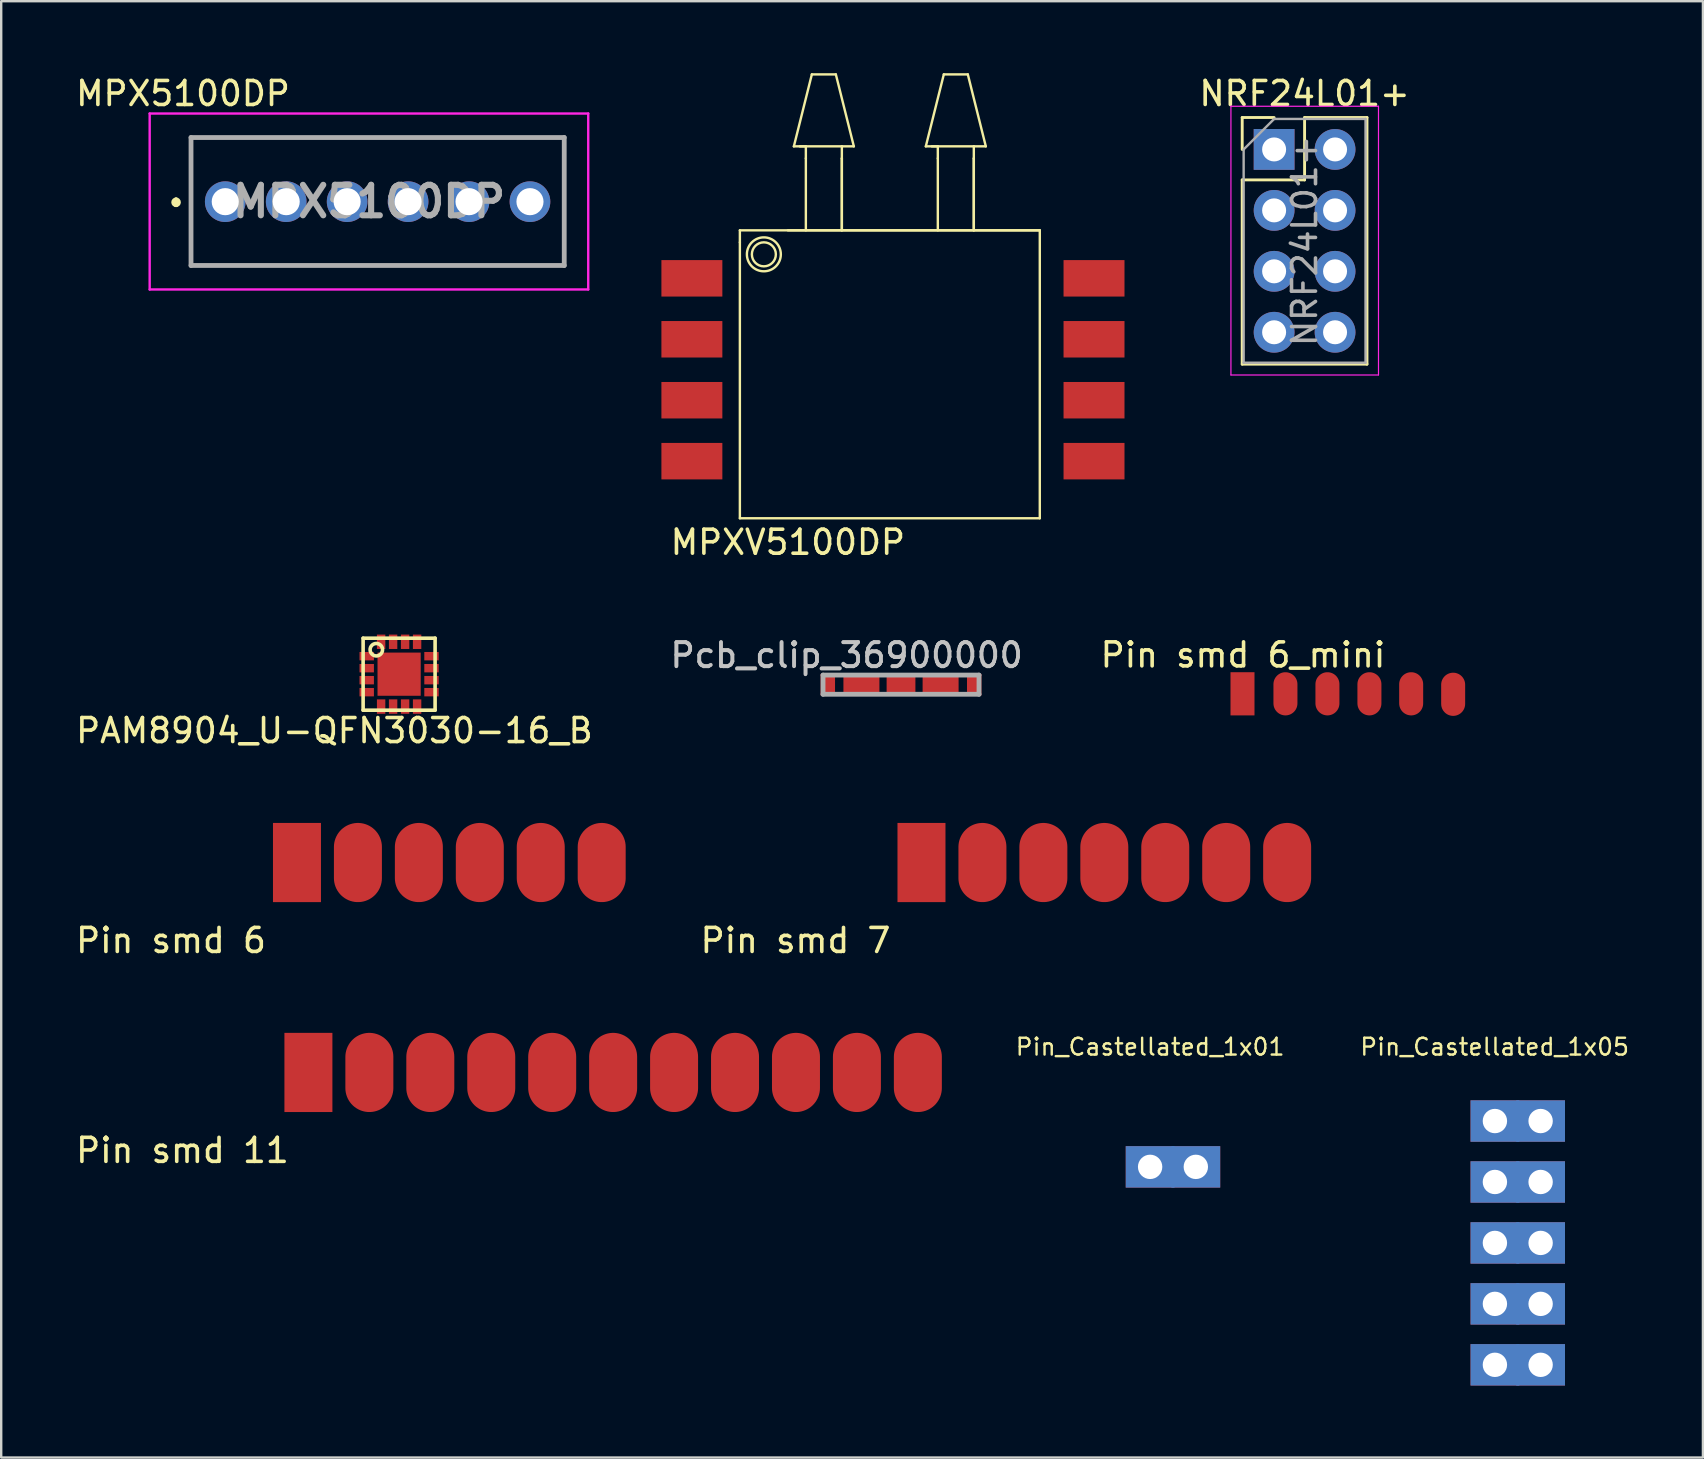
<source format=kicad_pcb>
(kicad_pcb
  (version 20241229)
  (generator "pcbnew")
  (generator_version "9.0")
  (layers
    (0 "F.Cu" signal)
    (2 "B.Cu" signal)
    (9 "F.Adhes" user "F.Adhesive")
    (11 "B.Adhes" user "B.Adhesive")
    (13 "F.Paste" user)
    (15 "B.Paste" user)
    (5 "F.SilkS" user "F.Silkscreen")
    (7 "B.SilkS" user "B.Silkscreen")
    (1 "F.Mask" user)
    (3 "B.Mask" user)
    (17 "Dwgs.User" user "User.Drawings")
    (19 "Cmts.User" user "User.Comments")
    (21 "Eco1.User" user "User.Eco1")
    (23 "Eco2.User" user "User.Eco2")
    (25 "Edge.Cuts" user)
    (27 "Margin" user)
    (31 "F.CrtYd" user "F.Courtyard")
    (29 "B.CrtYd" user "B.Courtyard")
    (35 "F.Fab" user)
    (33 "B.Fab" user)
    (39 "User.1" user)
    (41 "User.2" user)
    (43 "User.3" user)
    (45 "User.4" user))
  (footprint "MPX5100DP"
    (layer "F.Cu")
    (at 12.327 5.348)
    (property "Reference" "MPX5100DP" (at -7.75 -4.5 0) (layer "F.SilkS") (effects (font (size 1 1) (thickness 0.15))))
    (attr through_hole)
    (fp_line (start -8.039 -0.067) (end -8.039 -0.067) (stroke (width 0.2) (type solid)) (layer "F.SilkS"))
    (fp_line (start -8.039 0.133) (end -8.039 0.133) (stroke (width 0.2) (type solid)) (layer "F.SilkS"))
    (fp_line (start -7.416 -2.667) (end 8.139 -2.667) (stroke (width 0.1) (type solid)) (layer "F.SilkS"))
    (fp_line (start -7.416 2.667) (end -7.416 -2.667) (stroke (width 0.1) (type solid)) (layer "F.SilkS"))
    (fp_line (start 8.139 -2.667) (end 8.139 2.667) (stroke (width 0.1) (type solid)) (layer "F.SilkS"))
    (fp_line (start 8.139 2.667) (end -7.416 2.667) (stroke (width 0.1) (type solid)) (layer "F.SilkS"))
    (fp_arc (start -8.039 -0.067) (mid -7.939 0.033) (end -8.039 0.133) (stroke (width 0.2) (type solid)) (layer "F.SilkS"))
    (fp_arc (start -8.039 0.133) (mid -8.139 0.033) (end -8.039 -0.067) (stroke (width 0.2) (type solid)) (layer "F.SilkS"))
    (fp_line (start -9.139 -3.667) (end 9.139 -3.667) (stroke (width 0.1) (type solid)) (layer "F.CrtYd"))
    (fp_line (start -9.139 3.667) (end -9.139 -3.667) (stroke (width 0.1) (type solid)) (layer "F.CrtYd"))
    (fp_line (start 9.139 -3.667) (end 9.139 3.667) (stroke (width 0.1) (type solid)) (layer "F.CrtYd"))
    (fp_line (start 9.139 3.667) (end -9.139 3.667) (stroke (width 0.1) (type solid)) (layer "F.CrtYd"))
    (fp_line (start -7.416 -2.667) (end 8.139 -2.667) (stroke (width 0.2) (type solid)) (layer "F.Fab"))
    (fp_line (start -7.416 2.667) (end -7.416 -2.667) (stroke (width 0.2) (type solid)) (layer "F.Fab"))
    (fp_line (start 8.139 -2.667) (end 8.139 2.667) (stroke (width 0.2) (type solid)) (layer "F.Fab"))
    (fp_line (start 8.139 2.667) (end -7.416 2.667) (stroke (width 0.2) (type solid)) (layer "F.Fab"))
    (fp_text user "${REFERENCE}" (at 0 0 0) (layer "F.Fab") (effects (font (size 1.27 1.27) (thickness 0.254))))
    (pad "1" thru_hole circle (at -5.989 0.007) (size 1.695 1.695) (drill 1.13) (layers "*.Cu" "*.Mask"))
    (pad "2" thru_hole circle (at -3.449 0.007) (size 1.695 1.695) (drill 1.13) (layers "*.Cu" "*.Mask"))
    (pad "3" thru_hole circle (at -0.909 0.007) (size 1.695 1.695) (drill 1.13) (layers "*.Cu" "*.Mask"))
    (pad "4" thru_hole circle (at 1.631 0.007) (size 1.695 1.695) (drill 1.13) (layers "*.Cu" "*.Mask"))
    (pad "5" thru_hole circle (at 4.171 0.007) (size 1.695 1.695) (drill 1.13) (layers "*.Cu" "*.Mask"))
    (pad "6" thru_hole circle (at 6.711 0.007) (size 1.695 1.695) (drill 1.13) (layers "*.Cu" "*.Mask")))
  (footprint "Pcb_clip_36900000"
    (layer "F.Cu")
    (at 34.502 25.486)
    (property "Reference" "Pcb_clip_36900000" (at -2.27 -1.22 0) (layer "Dwgs.User") (effects (font (size 1 1) (thickness 0.15))))
    (attr smd)
    (fp_line (start -2.5 0.4) (end -2.6 0.4) (stroke (width 0.1) (type solid)) (layer "F.SilkS"))
    (fp_line (start 2.5 -0.4) (end 2.6 -0.4) (stroke (width 0.1) (type solid)) (layer "F.SilkS"))
    (fp_line (start -3.25 -0.4) (end 3.25 -0.4) (stroke (width 0.2) (type solid)) (layer "F.Fab"))
    (fp_line (start -3.25 0.4) (end -3.25 -0.4) (stroke (width 0.2) (type solid)) (layer "F.Fab"))
    (fp_line (start 3.25 -0.4) (end 3.25 0.4) (stroke (width 0.2) (type solid)) (layer "F.Fab"))
    (fp_line (start 3.25 0.4) (end -3.25 0.4) (stroke (width 0.2) (type solid)) (layer "F.Fab"))
    (fp_text user "${REFERENCE}" (at -2.26 -1.24 0) (layer "F.Fab") (effects (font (size 1 1) (thickness 0.15))))
    (pad "1" smd rect (at -3.05 0) (size 0.6 0.9) (layers "F.Cu" "F.Mask" "F.Paste"))
    (pad "1" smd rect (at -1.65 0 90) (size 0.9 1.5) (layers "F.Cu" "F.Mask" "F.Paste"))
    (pad "1" smd rect (at 0 0 90) (size 0.9 1.2) (layers "F.Cu" "F.Mask" "F.Paste"))
    (pad "1" smd rect (at 1.65 0 90) (size 0.9 1.5) (layers "F.Cu" "F.Mask" "F.Paste"))
    (pad "1" smd rect (at 3.05 0) (size 0.6 0.9) (layers "F.Cu" "F.Mask" "F.Paste")))
  (footprint "PAM8904_U-QFN3030-16_B"
    (layer "F.Cu")
    (at 13.584 25.048)
    (property "Reference" "PAM8904_U-QFN3030-16_B" (at -2.697 2.352 0) (layer "F.SilkS") (effects (font (size 1 1) (thickness 0.15))))
    (attr through_hole)
    (fp_line (start -1.5 -1.5) (end -1.5 1.5) (stroke (width 0.15) (type solid)) (layer "F.SilkS"))
    (fp_line (start -1.5 1.5) (end 1.5 1.5) (stroke (width 0.15) (type solid)) (layer "F.SilkS"))
    (fp_line (start 1.5 -1.5) (end -1.5 -1.5) (stroke (width 0.15) (type solid)) (layer "F.SilkS"))
    (fp_line (start 1.5 1.5) (end 1.5 -1.5) (stroke (width 0.15) (type solid)) (layer "F.SilkS"))
    (fp_circle (center -0.95 -1.02) (end -0.72 -0.9) (stroke (width 0.15) (type solid)) (fill no) (layer "F.SilkS"))
    (pad "1" smd rect (at -1.35 -0.75 90) (size 0.35 0.6) (layers "F.Cu" "F.Mask" "F.Paste"))
    (pad "2" smd rect (at -1.35 -0.25 90) (size 0.35 0.6) (layers "F.Cu" "F.Mask" "F.Paste"))
    (pad "3" smd rect (at -1.35 0.25 90) (size 0.35 0.6) (layers "F.Cu" "F.Mask" "F.Paste"))
    (pad "4" smd rect (at -1.35 0.75 90) (size 0.35 0.6) (layers "F.Cu" "F.Mask" "F.Paste"))
    (pad "5" smd rect (at -0.75 1.35) (size 0.35 0.6) (layers "F.Cu" "F.Mask" "F.Paste"))
    (pad "6" smd rect (at -0.25 1.35) (size 0.35 0.6) (layers "F.Cu" "F.Mask" "F.Paste"))
    (pad "7" smd rect (at 0.25 1.35) (size 0.35 0.6) (layers "F.Cu" "F.Mask" "F.Paste"))
    (pad "8" smd rect (at 0.75 1.35) (size 0.35 0.6) (layers "F.Cu" "F.Mask" "F.Paste"))
    (pad "9" smd rect (at 1.35 0.75 90) (size 0.35 0.6) (layers "F.Cu" "F.Mask" "F.Paste"))
    (pad "10" smd rect (at 1.35 0.25 90) (size 0.35 0.6) (layers "F.Cu" "F.Mask" "F.Paste"))
    (pad "11" smd rect (at 1.35 -0.25 90) (size 0.35 0.6) (layers "F.Cu" "F.Mask" "F.Paste"))
    (pad "12" smd rect (at 1.35 -0.75 90) (size 0.35 0.6) (layers "F.Cu" "F.Mask" "F.Paste"))
    (pad "13" smd rect (at 0.75 -1.35) (size 0.35 0.6) (layers "F.Cu" "F.Mask" "F.Paste"))
    (pad "14" smd rect (at 0.25 -1.35) (size 0.35 0.6) (layers "F.Cu" "F.Mask" "F.Paste"))
    (pad "15" smd rect (at -0.25 -1.35) (size 0.35 0.6) (layers "F.Cu" "F.Mask" "F.Paste"))
    (pad "16" smd rect (at -0.75 -1.35) (size 0.35 0.6) (layers "F.Cu" "F.Mask" "F.Paste"))
    (pad "GND" smd rect (at 0 0) (size 1.8 1.8) (layers "F.Cu" "F.Mask" "F.Paste")))
  (footprint "MPXV5100DP"
    (layer "F.Cu")
    (at 27.786 18.55)
    (property "Reference" "MPXV5100DP" (at 2 1 0) (layer "F.SilkS") (effects (font (size 1 1) (thickness 0.15))))
    (attr through_hole)
    (fp_line (start 0 -12) (end 12.5 -12) (stroke (width 0.1) (type solid)) (layer "F.SilkS"))
    (fp_line (start 0 -11.5) (end 0 -12) (stroke (width 0.1) (type solid)) (layer "F.SilkS"))
    (fp_line (start 0 0) (end 0 -11.5) (stroke (width 0.1) (type solid)) (layer "F.SilkS"))
    (fp_line (start 2.25 -15.5) (end 3 -18.5) (stroke (width 0.1) (type solid)) (layer "F.SilkS"))
    (fp_line (start 2.75 -15.5) (end 2.25 -15.5) (stroke (width 0.1) (type solid)) (layer "F.SilkS"))
    (fp_line (start 2.75 -15) (end 2.75 -15.5) (stroke (width 0.1) (type solid)) (layer "F.SilkS"))
    (fp_line (start 2.75 -12) (end 2.75 -15) (stroke (width 0.1) (type solid)) (layer "F.SilkS"))
    (fp_line (start 4 -18.5) (end 3 -18.5) (stroke (width 0.1) (type solid)) (layer "F.SilkS"))
    (fp_line (start 4 -18.5) (end 4.75 -15.5) (stroke (width 0.1) (type solid)) (layer "F.SilkS"))
    (fp_line (start 4.25 -15.5) (end 2.5 -15.5) (stroke (width 0.1) (type solid)) (layer "F.SilkS"))
    (fp_line (start 4.25 -15.5) (end 4.75 -15.5) (stroke (width 0.1) (type solid)) (layer "F.SilkS"))
    (fp_line (start 4.25 -15) (end 4.25 -15.5) (stroke (width 0.1) (type solid)) (layer "F.SilkS"))
    (fp_line (start 4.25 -15) (end 4.25 -12) (stroke (width 0.1) (type solid)) (layer "F.SilkS"))
    (fp_line (start 4.25 -12) (end 4.25 -15) (stroke (width 0.1) (type solid)) (layer "F.SilkS"))
    (fp_line (start 7.75 -15.5) (end 8.5 -18.5) (stroke (width 0.1) (type solid)) (layer "F.SilkS"))
    (fp_line (start 8.25 -15.5) (end 7.75 -15.5) (stroke (width 0.1) (type solid)) (layer "F.SilkS"))
    (fp_line (start 8.25 -15) (end 8.25 -15.5) (stroke (width 0.1) (type solid)) (layer "F.SilkS"))
    (fp_line (start 8.25 -12) (end 8.25 -15) (stroke (width 0.1) (type solid)) (layer "F.SilkS"))
    (fp_line (start 9.5 -18.5) (end 8.5 -18.5) (stroke (width 0.1) (type solid)) (layer "F.SilkS"))
    (fp_line (start 9.5 -18.5) (end 10.25 -15.5) (stroke (width 0.1) (type solid)) (layer "F.SilkS"))
    (fp_line (start 9.75 -15.5) (end 8 -15.5) (stroke (width 0.1) (type solid)) (layer "F.SilkS"))
    (fp_line (start 9.75 -15.5) (end 10.25 -15.5) (stroke (width 0.1) (type solid)) (layer "F.SilkS"))
    (fp_line (start 9.75 -15) (end 9.75 -15.5) (stroke (width 0.1) (type solid)) (layer "F.SilkS"))
    (fp_line (start 9.75 -15) (end 9.75 -12) (stroke (width 0.1) (type solid)) (layer "F.SilkS"))
    (fp_line (start 9.75 -12) (end 9.75 -15) (stroke (width 0.1) (type solid)) (layer "F.SilkS"))
    (fp_line (start 12.5 -12) (end 2 -12) (stroke (width 0.1) (type solid)) (layer "F.SilkS"))
    (fp_line (start 12.5 -12) (end 12.5 0) (stroke (width 0.1) (type solid)) (layer "F.SilkS"))
    (fp_line (start 12.5 0) (end 0 0) (stroke (width 0.1) (type solid)) (layer "F.SilkS"))
    (fp_circle (center 1 -11) (end 1.5 -11) (stroke (width 0.1) (type solid)) (fill no) (layer "F.SilkS"))
    (fp_circle (center 1 -11) (end 1.5 -10.5) (stroke (width 0.1) (type solid)) (fill no) (layer "F.SilkS"))
    (pad "1" smd rect (at -2 -10) (size 2.54 1.52) (layers "F.Cu" "F.Mask" "F.Paste"))
    (pad "2" smd rect (at -2 -7.46) (size 2.54 1.52) (layers "F.Cu" "F.Mask" "F.Paste"))
    (pad "3" smd rect (at -2 -4.92) (size 2.54 1.52) (layers "F.Cu" "F.Mask" "F.Paste"))
    (pad "4" smd rect (at -2 -2.38) (size 2.54 1.52) (layers "F.Cu" "F.Mask" "F.Paste"))
    (pad "5" smd rect (at 14.76 -2.38) (size 2.54 1.52) (layers "F.Cu" "F.Mask" "F.Paste"))
    (pad "6" smd rect (at 14.76 -4.92) (size 2.54 1.52) (layers "F.Cu" "F.Mask" "F.Paste"))
    (pad "7" smd rect (at 14.76 -7.46) (size 2.54 1.52) (layers "F.Cu" "F.Mask" "F.Paste"))
    (pad "8" smd rect (at 14.76 -10) (size 2.54 1.52) (layers "F.Cu" "F.Mask" "F.Paste")))
  (footprint "NRF24L01+"
    (layer "F.Cu")
    (at 50.052 3.178)
    (property "Reference" "NRF24L01+" (at 1.27 -2.33 0) (layer "F.SilkS") (effects (font (size 1 1) (thickness 0.15))))
    (attr through_hole)
    (fp_line (start -1.33 -1.33) (end 0 -1.33) (stroke (width 0.12) (type solid)) (layer "F.SilkS"))
    (fp_line (start -1.33 0) (end -1.33 -1.33) (stroke (width 0.12) (type solid)) (layer "F.SilkS"))
    (fp_line (start -1.33 1.27) (end -1.33 8.95) (stroke (width 0.12) (type solid)) (layer "F.SilkS"))
    (fp_line (start -1.33 1.27) (end 1.27 1.27) (stroke (width 0.12) (type solid)) (layer "F.SilkS"))
    (fp_line (start -1.33 8.95) (end 3.87 8.95) (stroke (width 0.12) (type solid)) (layer "F.SilkS"))
    (fp_line (start 1.27 -1.33) (end 3.87 -1.33) (stroke (width 0.12) (type solid)) (layer "F.SilkS"))
    (fp_line (start 1.27 1.27) (end 1.27 -1.33) (stroke (width 0.12) (type solid)) (layer "F.SilkS"))
    (fp_line (start 3.87 -1.33) (end 3.87 8.95) (stroke (width 0.12) (type solid)) (layer "F.SilkS"))
    (fp_line (start -1.8 -1.8) (end -1.8 9.4) (stroke (width 0.05) (type solid)) (layer "F.CrtYd"))
    (fp_line (start -1.8 9.4) (end 4.35 9.4) (stroke (width 0.05) (type solid)) (layer "F.CrtYd"))
    (fp_line (start 4.35 -1.8) (end -1.8 -1.8) (stroke (width 0.05) (type solid)) (layer "F.CrtYd"))
    (fp_line (start 4.35 9.4) (end 4.35 -1.8) (stroke (width 0.05) (type solid)) (layer "F.CrtYd"))
    (fp_line (start -1.27 0) (end 0 -1.27) (stroke (width 0.1) (type solid)) (layer "F.Fab"))
    (fp_line (start -1.27 8.89) (end -1.27 0) (stroke (width 0.1) (type solid)) (layer "F.Fab"))
    (fp_line (start 0 -1.27) (end 3.81 -1.27) (stroke (width 0.1) (type solid)) (layer "F.Fab"))
    (fp_line (start 3.81 -1.27) (end 3.81 8.89) (stroke (width 0.1) (type solid)) (layer "F.Fab"))
    (fp_line (start 3.81 8.89) (end -1.27 8.89) (stroke (width 0.1) (type solid)) (layer "F.Fab"))
    (fp_text user "${REFERENCE}" (at 1.27 3.81 90) (layer "F.Fab") (effects (font (size 1 1) (thickness 0.15))))
    (pad "1" thru_hole rect (at 0 0) (size 1.7 1.7) (drill 1) (layers "*.Cu" "*.Mask"))
    (pad "2" thru_hole oval (at 2.54 0) (size 1.7 1.7) (drill 1) (layers "*.Cu" "*.Mask"))
    (pad "3" thru_hole oval (at 0 2.54) (size 1.7 1.7) (drill 1) (layers "*.Cu" "*.Mask"))
    (pad "4" thru_hole oval (at 2.54 2.54) (size 1.7 1.7) (drill 1) (layers "*.Cu" "*.Mask"))
    (pad "5" thru_hole oval (at 0 5.08) (size 1.7 1.7) (drill 1) (layers "*.Cu" "*.Mask"))
    (pad "6" thru_hole oval (at 2.54 5.08 90) (size 1.7 1.7) (drill 1) (layers "*.Cu" "*.Mask"))
    (pad "7" thru_hole oval (at 0 7.62 90) (size 1.7 1.7) (drill 1) (layers "*.Cu" "*.Mask"))
    (pad "8" thru_hole oval (at 2.54 7.62) (size 1.7 1.7) (drill 1) (layers "*.Cu" "*.Mask")))
  (footprint "Pin smd 6_mini"
    (layer "F.Cu")
    (at 48.734 25.866)
    (property "Reference" "Pin smd 6_mini" (at 0.02 -1.62 0) (layer "F.SilkS") (effects (font (size 1 1) (thickness 0.15))))
    (attr through_hole)
    (pad "1" smd rect (at 0 0) (size 1 1.8) (layers "F.Cu" "F.Mask" "F.Paste"))
    (pad "2" smd oval (at 1.79 0) (size 1 1.8) (layers "F.Cu" "F.Mask" "F.Paste"))
    (pad "3" smd oval (at 3.54 0) (size 1 1.8) (layers "F.Cu" "F.Mask" "F.Paste"))
    (pad "4" smd oval (at 5.29 0) (size 1 1.8) (layers "F.Cu" "F.Mask" "F.Paste"))
    (pad "5" smd oval (at 7.03 0) (size 1 1.8) (layers "F.Cu" "F.Mask" "F.Paste"))
    (pad "6" smd oval (at 8.78 0.02) (size 1 1.8) (layers "F.Cu" "F.Mask" "F.Paste")))
  (footprint "Pin smd 11"
    (layer "F.Cu")
    (at 9.804 41.647)
    (property "Reference" "Pin smd 11" (at -5.25 3.25 0) (layer "F.SilkS") (effects (font (size 1 1) (thickness 0.15))))
    (attr through_hole)
    (pad "1" smd rect (at 0 0) (size 2 3.3) (layers "F.Cu" "F.Mask" "F.Paste"))
    (pad "2" smd oval (at 2.54 0) (size 2 3.3) (layers "F.Cu" "F.Mask" "F.Paste"))
    (pad "3" smd oval (at 5.08 0) (size 2 3.3) (layers "F.Cu" "F.Mask" "F.Paste"))
    (pad "4" smd oval (at 7.62 0) (size 2 3.3) (layers "F.Cu" "F.Mask" "F.Paste"))
    (pad "5" smd oval (at 10.16 0) (size 2 3.3) (layers "F.Cu" "F.Mask" "F.Paste"))
    (pad "6" smd oval (at 12.7 0) (size 2 3.3) (layers "F.Cu" "F.Mask" "F.Paste"))
    (pad "7" smd oval (at 15.24 0) (size 2 3.3) (layers "F.Cu" "F.Mask" "F.Paste"))
    (pad "8" smd oval (at 17.78 0) (size 2 3.3) (layers "F.Cu" "F.Mask" "F.Paste"))
    (pad "9" smd oval (at 20.32 0) (size 2 3.3) (layers "F.Cu" "F.Mask" "F.Paste"))
    (pad "10" smd oval (at 22.86 0) (size 2 3.3) (layers "F.Cu" "F.Mask" "F.Paste"))
    (pad "11" smd oval (at 25.4 0) (size 2 3.3) (layers "F.Cu" "F.Mask" "F.Paste")))
  (footprint "Pin_Castellated_1x05"
    (layer "F.Cu")
    (at 59.254 43.672)
    (property "Reference" "Pin_Castellated_1x05" (at -0.01 -3.09 0) (layer "F.SilkS") (effects (font (size 0.7 0.7) (thickness 0.1))))
    (attr through_hole)
    (pad "1" thru_hole rect (at 0 0) (size 2.032 1.727) (drill 1.016) (layers "*.Cu" "*.Mask"))
    (pad "1" thru_hole rect (at 1.905 0) (size 2.032 1.727) (drill 1.016) (layers "*.Cu" "*.Mask"))
    (pad "2" thru_hole rect (at 0 2.54) (size 2.032 1.727) (drill 1.016) (layers "*.Cu" "*.Mask"))
    (pad "2" thru_hole rect (at 1.905 2.54) (size 2.032 1.727) (drill 1.016) (layers "*.Cu" "*.Mask"))
    (pad "3" thru_hole rect (at 0 5.08) (size 2.032 1.727) (drill 1.016) (layers "*.Cu" "*.Mask"))
    (pad "3" thru_hole rect (at 1.905 5.08) (size 2.032 1.727) (drill 1.016) (layers "*.Cu" "*.Mask"))
    (pad "4" thru_hole rect (at 0 7.62) (size 2.032 1.727) (drill 1.016) (layers "*.Cu" "*.Mask"))
    (pad "4" thru_hole rect (at 1.905 7.62) (size 2.032 1.727) (drill 1.016) (layers "*.Cu" "*.Mask"))
    (pad "5" thru_hole rect (at 0 10.16) (size 2.032 1.727) (drill 1.016) (layers "*.Cu" "*.Mask"))
    (pad "5" thru_hole rect (at 1.905 10.16) (size 2.032 1.727) (drill 1.016) (layers "*.Cu" "*.Mask")))
  (footprint "Pin smd 7"
    (layer "F.Cu")
    (at 35.355 32.898)
    (property "Reference" "Pin smd 7" (at -5.25 3.25 0) (layer "F.SilkS") (effects (font (size 1 1) (thickness 0.15))))
    (attr through_hole)
    (pad "1" smd rect (at 0 0) (size 2 3.3) (layers "F.Cu" "F.Mask" "F.Paste"))
    (pad "2" smd oval (at 2.54 0) (size 2 3.3) (layers "F.Cu" "F.Mask" "F.Paste"))
    (pad "3" smd oval (at 5.08 0) (size 2 3.3) (layers "F.Cu" "F.Mask" "F.Paste"))
    (pad "4" smd oval (at 7.62 0) (size 2 3.3) (layers "F.Cu" "F.Mask" "F.Paste"))
    (pad "5" smd oval (at 10.16 0) (size 2 3.3) (layers "F.Cu" "F.Mask" "F.Paste"))
    (pad "6" smd oval (at 12.7 0) (size 2 3.3) (layers "F.Cu" "F.Mask" "F.Paste"))
    (pad "7" smd oval (at 15.24 0) (size 2 3.3) (layers "F.Cu" "F.Mask" "F.Paste")))
  (footprint "Pin_Castellated_1x01"
    (layer "F.Cu")
    (at 44.884 45.582)
    (property "Reference" "Pin_Castellated_1x01" (at 0 -5 0) (layer "F.SilkS") (effects (font (size 0.7 0.7) (thickness 0.1))))
    (attr through_hole)
    (pad "1" thru_hole rect (at 0 0) (size 2.032 1.727) (drill 1.016) (layers "*.Cu" "*.Mask"))
    (pad "1" thru_hole rect (at 1.905 0) (size 2.032 1.727) (drill 1.016) (layers "*.Cu" "*.Mask")))
  (footprint "Pin smd 6"
    (layer "F.Cu")
    (at 9.327 32.898)
    (property "Reference" "Pin smd 6" (at -5.25 3.25 0) (layer "F.SilkS") (effects (font (size 1 1) (thickness 0.15))))
    (attr through_hole)
    (pad "1" smd rect (at 0 0) (size 2 3.3) (layers "F.Cu" "F.Mask" "F.Paste"))
    (pad "2" smd oval (at 2.54 0) (size 2 3.3) (layers "F.Cu" "F.Mask" "F.Paste"))
    (pad "3" smd oval (at 5.08 0) (size 2 3.3) (layers "F.Cu" "F.Mask" "F.Paste"))
    (pad "4" smd oval (at 7.62 0) (size 2 3.3) (layers "F.Cu" "F.Mask" "F.Paste"))
    (pad "5" smd oval (at 10.16 0) (size 2 3.3) (layers "F.Cu" "F.Mask" "F.Paste"))
    (pad "6" smd oval (at 12.7 0) (size 2 3.3) (layers "F.Cu" "F.Mask" "F.Paste")))
  (gr_rect
    (start -3 -3)
    (end 67.924 57.695)
    (stroke (width 0.1) (type default))
    (fill no)
    (layer "Edge.Cuts")))
</source>
